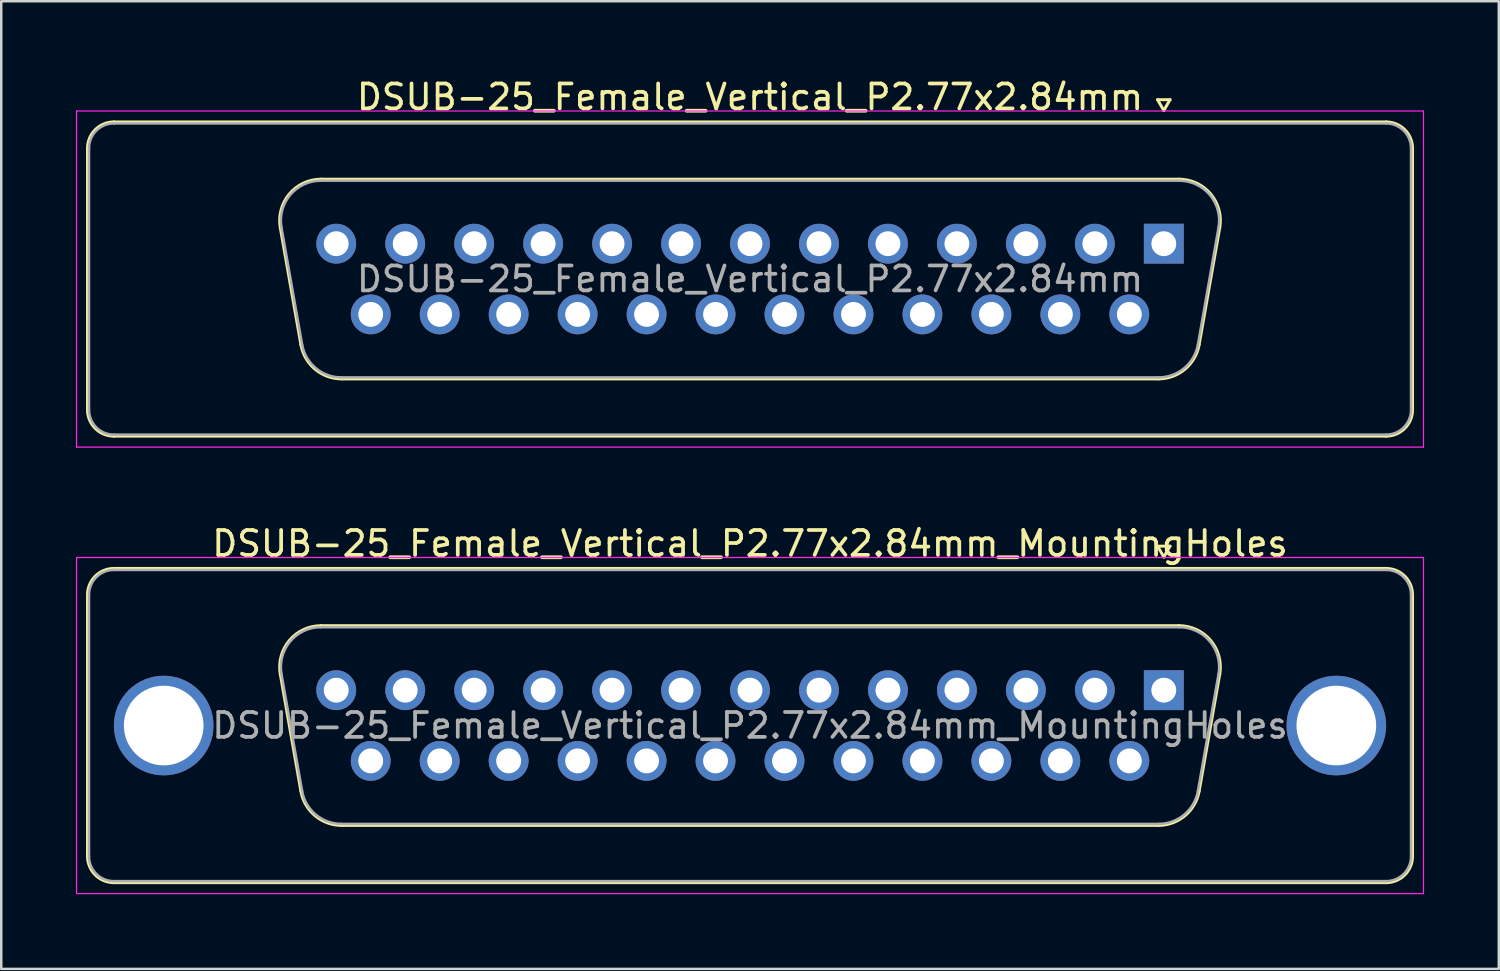
<source format=kicad_pcb>
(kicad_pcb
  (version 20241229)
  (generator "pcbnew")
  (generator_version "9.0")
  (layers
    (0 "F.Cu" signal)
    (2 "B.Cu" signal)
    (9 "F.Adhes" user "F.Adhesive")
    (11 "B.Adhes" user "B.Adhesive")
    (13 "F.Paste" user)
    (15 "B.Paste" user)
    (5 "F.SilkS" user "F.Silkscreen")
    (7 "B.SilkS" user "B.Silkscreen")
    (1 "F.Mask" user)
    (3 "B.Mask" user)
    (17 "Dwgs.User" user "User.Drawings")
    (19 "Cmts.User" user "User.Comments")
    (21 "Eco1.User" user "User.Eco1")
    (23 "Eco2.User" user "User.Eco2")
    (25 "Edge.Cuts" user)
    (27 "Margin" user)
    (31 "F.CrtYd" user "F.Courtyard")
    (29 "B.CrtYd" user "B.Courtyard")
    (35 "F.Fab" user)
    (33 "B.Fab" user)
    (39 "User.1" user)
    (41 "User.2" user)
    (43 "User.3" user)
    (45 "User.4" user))
  (footprint "DSUB-25_Female_Vertical_P2.77x2.84mm_MountingHoles"
    (layer "F.Cu")
    (at 43.695 24.672)
    (property "Reference" "DSUB-25_Female_Vertical_P2.77x2.84mm_MountingHoles" (at -16.62 -5.89 0) (layer "F.SilkS") (effects (font (size 1 1) (thickness 0.15))))
    (attr through_hole)
    (fp_line (start -43.23 6.67) (end -43.23 -3.83) (stroke (width 0.12) (type solid)) (layer "F.SilkS"))
    (fp_line (start -42.17 -4.89) (end 8.93 -4.89) (stroke (width 0.12) (type solid)) (layer "F.SilkS"))
    (fp_line (start -35.486 -0.642) (end -34.658 4.058) (stroke (width 0.12) (type solid)) (layer "F.SilkS"))
    (fp_line (start -33.852 -2.59) (end 0.612 -2.59) (stroke (width 0.12) (type solid)) (layer "F.SilkS"))
    (fp_line (start -33.023 5.43) (end -0.217 5.43) (stroke (width 0.12) (type solid)) (layer "F.SilkS"))
    (fp_line (start -0.25 -5.784) (end 0.25 -5.784) (stroke (width 0.12) (type solid)) (layer "F.SilkS"))
    (fp_line (start 0 -5.351) (end -0.25 -5.784) (stroke (width 0.12) (type solid)) (layer "F.SilkS"))
    (fp_line (start 0.25 -5.784) (end 0 -5.351) (stroke (width 0.12) (type solid)) (layer "F.SilkS"))
    (fp_line (start 2.246 -0.642) (end 1.418 4.058) (stroke (width 0.12) (type solid)) (layer "F.SilkS"))
    (fp_line (start 8.93 7.73) (end -42.17 7.73) (stroke (width 0.12) (type solid)) (layer "F.SilkS"))
    (fp_line (start 9.99 -3.83) (end 9.99 6.67) (stroke (width 0.12) (type solid)) (layer "F.SilkS"))
    (fp_arc (start -43.23 -3.83) (mid -42.919533 -4.579533) (end -42.17 -4.89) (stroke (width 0.12) (type solid)) (layer "F.SilkS"))
    (fp_arc (start -42.17 7.73) (mid -42.919533 7.419533) (end -43.23 6.67) (stroke (width 0.12) (type solid)) (layer "F.SilkS"))
    (fp_arc (start -35.48647 -0.641744) (mid -35.123323 -1.997027) (end -33.851689 -2.59) (stroke (width 0.12) (type solid)) (layer "F.SilkS"))
    (fp_arc (start -33.022952 5.43) (mid -34.08998 5.041634) (end -34.657733 4.058256) (stroke (width 0.12) (type solid)) (layer "F.SilkS"))
    (fp_arc (start 0.611689 -2.59) (mid 1.883323 -1.997027) (end 2.24647 -0.641744) (stroke (width 0.12) (type solid)) (layer "F.SilkS"))
    (fp_arc (start 1.417733 4.058256) (mid 0.84998 5.041634) (end -0.217048 5.43) (stroke (width 0.12) (type solid)) (layer "F.SilkS"))
    (fp_arc (start 8.93 -4.89) (mid 9.679533 -4.579533) (end 9.99 -3.83) (stroke (width 0.12) (type solid)) (layer "F.SilkS"))
    (fp_arc (start 9.99 6.67) (mid 9.679533 7.419533) (end 8.93 7.73) (stroke (width 0.12) (type solid)) (layer "F.SilkS"))
    (fp_line (start -43.67 -5.33) (end -43.67 8.17) (stroke (width 0.05) (type solid)) (layer "F.CrtYd"))
    (fp_line (start -43.67 8.17) (end 10.43 8.17) (stroke (width 0.05) (type solid)) (layer "F.CrtYd"))
    (fp_line (start 10.43 -5.33) (end -43.67 -5.33) (stroke (width 0.05) (type solid)) (layer "F.CrtYd"))
    (fp_line (start 10.43 8.17) (end 10.43 -5.33) (stroke (width 0.05) (type solid)) (layer "F.CrtYd"))
    (fp_line (start -43.17 6.67) (end -43.17 -3.83) (stroke (width 0.1) (type solid)) (layer "F.Fab"))
    (fp_line (start -42.17 -4.83) (end 8.93 -4.83) (stroke (width 0.1) (type solid)) (layer "F.Fab"))
    (fp_line (start -35.439 -0.652) (end -34.61 4.048) (stroke (width 0.1) (type solid)) (layer "F.Fab"))
    (fp_line (start -33.863 -2.53) (end 0.623 -2.53) (stroke (width 0.1) (type solid)) (layer "F.Fab"))
    (fp_line (start -33.034 5.37) (end -0.206 5.37) (stroke (width 0.1) (type solid)) (layer "F.Fab"))
    (fp_line (start 2.199 -0.652) (end 1.37 4.048) (stroke (width 0.1) (type solid)) (layer "F.Fab"))
    (fp_line (start 8.93 7.67) (end -42.17 7.67) (stroke (width 0.1) (type solid)) (layer "F.Fab"))
    (fp_line (start 9.93 -3.83) (end 9.93 6.67) (stroke (width 0.1) (type solid)) (layer "F.Fab"))
    (fp_arc (start -43.17 -3.83) (mid -42.877107 -4.537107) (end -42.17 -4.83) (stroke (width 0.1) (type solid)) (layer "F.Fab"))
    (fp_arc (start -42.17 7.67) (mid -42.877107 7.377107) (end -43.17 6.67) (stroke (width 0.1) (type solid)) (layer "F.Fab"))
    (fp_arc (start -35.438887 -0.652163) (mid -35.088865 -1.95846) (end -33.863194 -2.53) (stroke (width 0.1) (type solid)) (layer "F.Fab"))
    (fp_arc (start -33.034457 5.37) (mid -34.062918 4.995671) (end -34.61015 4.047837) (stroke (width 0.1) (type solid)) (layer "F.Fab"))
    (fp_arc (start 0.623194 -2.53) (mid 1.848865 -1.95846) (end 2.198887 -0.652163) (stroke (width 0.1) (type solid)) (layer "F.Fab"))
    (fp_arc (start 1.37015 4.047837) (mid 0.822918 4.995671) (end -0.205543 5.37) (stroke (width 0.1) (type solid)) (layer "F.Fab"))
    (fp_arc (start 8.93 -4.83) (mid 9.637107 -4.537107) (end 9.93 -3.83) (stroke (width 0.1) (type solid)) (layer "F.Fab"))
    (fp_arc (start 9.93 6.67) (mid 9.637107 7.377107) (end 8.93 7.67) (stroke (width 0.1) (type solid)) (layer "F.Fab"))
    (fp_text user "${REFERENCE}" (at -16.62 1.42 0) (layer "F.Fab") (effects (font (size 1 1) (thickness 0.15))))
    (pad "0" thru_hole circle (at -40.17 1.42) (size 4 4) (drill 3.2) (layers "*.Cu" "*.Mask"))
    (pad "0" thru_hole circle (at 6.93 1.42) (size 4 4) (drill 3.2) (layers "*.Cu" "*.Mask"))
    (pad "1" thru_hole rect (at 0 0) (size 1.6 1.6) (drill 1) (layers "*.Cu" "*.Mask"))
    (pad "2" thru_hole circle (at -2.77 0) (size 1.6 1.6) (drill 1) (layers "*.Cu" "*.Mask"))
    (pad "3" thru_hole circle (at -5.54 0) (size 1.6 1.6) (drill 1) (layers "*.Cu" "*.Mask"))
    (pad "4" thru_hole circle (at -8.31 0) (size 1.6 1.6) (drill 1) (layers "*.Cu" "*.Mask"))
    (pad "5" thru_hole circle (at -11.08 0) (size 1.6 1.6) (drill 1) (layers "*.Cu" "*.Mask"))
    (pad "6" thru_hole circle (at -13.85 0) (size 1.6 1.6) (drill 1) (layers "*.Cu" "*.Mask"))
    (pad "7" thru_hole circle (at -16.62 0) (size 1.6 1.6) (drill 1) (layers "*.Cu" "*.Mask"))
    (pad "8" thru_hole circle (at -19.39 0) (size 1.6 1.6) (drill 1) (layers "*.Cu" "*.Mask"))
    (pad "9" thru_hole circle (at -22.16 0) (size 1.6 1.6) (drill 1) (layers "*.Cu" "*.Mask"))
    (pad "10" thru_hole circle (at -24.93 0) (size 1.6 1.6) (drill 1) (layers "*.Cu" "*.Mask"))
    (pad "11" thru_hole circle (at -27.7 0) (size 1.6 1.6) (drill 1) (layers "*.Cu" "*.Mask"))
    (pad "12" thru_hole circle (at -30.47 0) (size 1.6 1.6) (drill 1) (layers "*.Cu" "*.Mask"))
    (pad "13" thru_hole circle (at -33.24 0) (size 1.6 1.6) (drill 1) (layers "*.Cu" "*.Mask"))
    (pad "14" thru_hole circle (at -1.385 2.84) (size 1.6 1.6) (drill 1) (layers "*.Cu" "*.Mask"))
    (pad "15" thru_hole circle (at -4.155 2.84) (size 1.6 1.6) (drill 1) (layers "*.Cu" "*.Mask"))
    (pad "16" thru_hole circle (at -6.925 2.84) (size 1.6 1.6) (drill 1) (layers "*.Cu" "*.Mask"))
    (pad "17" thru_hole circle (at -9.695 2.84) (size 1.6 1.6) (drill 1) (layers "*.Cu" "*.Mask"))
    (pad "18" thru_hole circle (at -12.465 2.84) (size 1.6 1.6) (drill 1) (layers "*.Cu" "*.Mask"))
    (pad "19" thru_hole circle (at -15.235 2.84) (size 1.6 1.6) (drill 1) (layers "*.Cu" "*.Mask"))
    (pad "20" thru_hole circle (at -18.005 2.84) (size 1.6 1.6) (drill 1) (layers "*.Cu" "*.Mask"))
    (pad "21" thru_hole circle (at -20.775 2.84) (size 1.6 1.6) (drill 1) (layers "*.Cu" "*.Mask"))
    (pad "22" thru_hole circle (at -23.545 2.84) (size 1.6 1.6) (drill 1) (layers "*.Cu" "*.Mask"))
    (pad "23" thru_hole circle (at -26.315 2.84) (size 1.6 1.6) (drill 1) (layers "*.Cu" "*.Mask"))
    (pad "24" thru_hole circle (at -29.085 2.84) (size 1.6 1.6) (drill 1) (layers "*.Cu" "*.Mask"))
    (pad "25" thru_hole circle (at -31.855 2.84) (size 1.6 1.6) (drill 1) (layers "*.Cu" "*.Mask")))
  (footprint "DSUB-25_Female_Vertical_P2.77x2.84mm"
    (layer "F.Cu")
    (at 43.695 6.738)
    (property "Reference" "DSUB-25_Female_Vertical_P2.77x2.84mm" (at -16.62 -5.89 0) (layer "F.SilkS") (effects (font (size 1 1) (thickness 0.15))))
    (attr through_hole)
    (fp_line (start -43.23 6.67) (end -43.23 -3.83) (stroke (width 0.12) (type solid)) (layer "F.SilkS"))
    (fp_line (start -42.17 -4.89) (end 8.93 -4.89) (stroke (width 0.12) (type solid)) (layer "F.SilkS"))
    (fp_line (start -35.486 -0.642) (end -34.658 4.058) (stroke (width 0.12) (type solid)) (layer "F.SilkS"))
    (fp_line (start -33.852 -2.59) (end 0.612 -2.59) (stroke (width 0.12) (type solid)) (layer "F.SilkS"))
    (fp_line (start -33.023 5.43) (end -0.217 5.43) (stroke (width 0.12) (type solid)) (layer "F.SilkS"))
    (fp_line (start -0.25 -5.784) (end 0.25 -5.784) (stroke (width 0.12) (type solid)) (layer "F.SilkS"))
    (fp_line (start 0 -5.351) (end -0.25 -5.784) (stroke (width 0.12) (type solid)) (layer "F.SilkS"))
    (fp_line (start 0.25 -5.784) (end 0 -5.351) (stroke (width 0.12) (type solid)) (layer "F.SilkS"))
    (fp_line (start 2.246 -0.642) (end 1.418 4.058) (stroke (width 0.12) (type solid)) (layer "F.SilkS"))
    (fp_line (start 8.93 7.73) (end -42.17 7.73) (stroke (width 0.12) (type solid)) (layer "F.SilkS"))
    (fp_line (start 9.99 -3.83) (end 9.99 6.67) (stroke (width 0.12) (type solid)) (layer "F.SilkS"))
    (fp_arc (start -43.23 -3.83) (mid -42.919533 -4.579533) (end -42.17 -4.89) (stroke (width 0.12) (type solid)) (layer "F.SilkS"))
    (fp_arc (start -42.17 7.73) (mid -42.919533 7.419533) (end -43.23 6.67) (stroke (width 0.12) (type solid)) (layer "F.SilkS"))
    (fp_arc (start -35.48647 -0.641744) (mid -35.123323 -1.997027) (end -33.851689 -2.59) (stroke (width 0.12) (type solid)) (layer "F.SilkS"))
    (fp_arc (start -33.022952 5.43) (mid -34.08998 5.041634) (end -34.657733 4.058256) (stroke (width 0.12) (type solid)) (layer "F.SilkS"))
    (fp_arc (start 0.611689 -2.59) (mid 1.883323 -1.997027) (end 2.24647 -0.641744) (stroke (width 0.12) (type solid)) (layer "F.SilkS"))
    (fp_arc (start 1.417733 4.058256) (mid 0.84998 5.041634) (end -0.217048 5.43) (stroke (width 0.12) (type solid)) (layer "F.SilkS"))
    (fp_arc (start 8.93 -4.89) (mid 9.679533 -4.579533) (end 9.99 -3.83) (stroke (width 0.12) (type solid)) (layer "F.SilkS"))
    (fp_arc (start 9.99 6.67) (mid 9.679533 7.419533) (end 8.93 7.73) (stroke (width 0.12) (type solid)) (layer "F.SilkS"))
    (fp_line (start -43.67 -5.33) (end -43.67 8.17) (stroke (width 0.05) (type solid)) (layer "F.CrtYd"))
    (fp_line (start -43.67 8.17) (end 10.43 8.17) (stroke (width 0.05) (type solid)) (layer "F.CrtYd"))
    (fp_line (start 10.43 -5.33) (end -43.67 -5.33) (stroke (width 0.05) (type solid)) (layer "F.CrtYd"))
    (fp_line (start 10.43 8.17) (end 10.43 -5.33) (stroke (width 0.05) (type solid)) (layer "F.CrtYd"))
    (fp_line (start -43.17 6.67) (end -43.17 -3.83) (stroke (width 0.1) (type solid)) (layer "F.Fab"))
    (fp_line (start -42.17 -4.83) (end 8.93 -4.83) (stroke (width 0.1) (type solid)) (layer "F.Fab"))
    (fp_line (start -35.439 -0.652) (end -34.61 4.048) (stroke (width 0.1) (type solid)) (layer "F.Fab"))
    (fp_line (start -33.863 -2.53) (end 0.623 -2.53) (stroke (width 0.1) (type solid)) (layer "F.Fab"))
    (fp_line (start -33.034 5.37) (end -0.206 5.37) (stroke (width 0.1) (type solid)) (layer "F.Fab"))
    (fp_line (start 2.199 -0.652) (end 1.37 4.048) (stroke (width 0.1) (type solid)) (layer "F.Fab"))
    (fp_line (start 8.93 7.67) (end -42.17 7.67) (stroke (width 0.1) (type solid)) (layer "F.Fab"))
    (fp_line (start 9.93 -3.83) (end 9.93 6.67) (stroke (width 0.1) (type solid)) (layer "F.Fab"))
    (fp_arc (start -43.17 -3.83) (mid -42.877107 -4.537107) (end -42.17 -4.83) (stroke (width 0.1) (type solid)) (layer "F.Fab"))
    (fp_arc (start -42.17 7.67) (mid -42.877107 7.377107) (end -43.17 6.67) (stroke (width 0.1) (type solid)) (layer "F.Fab"))
    (fp_arc (start -35.438887 -0.652163) (mid -35.088865 -1.95846) (end -33.863194 -2.53) (stroke (width 0.1) (type solid)) (layer "F.Fab"))
    (fp_arc (start -33.034457 5.37) (mid -34.062918 4.995671) (end -34.61015 4.047837) (stroke (width 0.1) (type solid)) (layer "F.Fab"))
    (fp_arc (start 0.623194 -2.53) (mid 1.848865 -1.95846) (end 2.198887 -0.652163) (stroke (width 0.1) (type solid)) (layer "F.Fab"))
    (fp_arc (start 1.37015 4.047837) (mid 0.822918 4.995671) (end -0.205543 5.37) (stroke (width 0.1) (type solid)) (layer "F.Fab"))
    (fp_arc (start 8.93 -4.83) (mid 9.637107 -4.537107) (end 9.93 -3.83) (stroke (width 0.1) (type solid)) (layer "F.Fab"))
    (fp_arc (start 9.93 6.67) (mid 9.637107 7.377107) (end 8.93 7.67) (stroke (width 0.1) (type solid)) (layer "F.Fab"))
    (fp_text user "${REFERENCE}" (at -16.62 1.42 0) (layer "F.Fab") (effects (font (size 1 1) (thickness 0.15))))
    (pad "1" thru_hole rect (at 0 0) (size 1.6 1.6) (drill 1) (layers "*.Cu" "*.Mask"))
    (pad "2" thru_hole circle (at -2.77 0) (size 1.6 1.6) (drill 1) (layers "*.Cu" "*.Mask"))
    (pad "3" thru_hole circle (at -5.54 0) (size 1.6 1.6) (drill 1) (layers "*.Cu" "*.Mask"))
    (pad "4" thru_hole circle (at -8.31 0) (size 1.6 1.6) (drill 1) (layers "*.Cu" "*.Mask"))
    (pad "5" thru_hole circle (at -11.08 0) (size 1.6 1.6) (drill 1) (layers "*.Cu" "*.Mask"))
    (pad "6" thru_hole circle (at -13.85 0) (size 1.6 1.6) (drill 1) (layers "*.Cu" "*.Mask"))
    (pad "7" thru_hole circle (at -16.62 0) (size 1.6 1.6) (drill 1) (layers "*.Cu" "*.Mask"))
    (pad "8" thru_hole circle (at -19.39 0) (size 1.6 1.6) (drill 1) (layers "*.Cu" "*.Mask"))
    (pad "9" thru_hole circle (at -22.16 0) (size 1.6 1.6) (drill 1) (layers "*.Cu" "*.Mask"))
    (pad "10" thru_hole circle (at -24.93 0) (size 1.6 1.6) (drill 1) (layers "*.Cu" "*.Mask"))
    (pad "11" thru_hole circle (at -27.7 0) (size 1.6 1.6) (drill 1) (layers "*.Cu" "*.Mask"))
    (pad "12" thru_hole circle (at -30.47 0) (size 1.6 1.6) (drill 1) (layers "*.Cu" "*.Mask"))
    (pad "13" thru_hole circle (at -33.24 0) (size 1.6 1.6) (drill 1) (layers "*.Cu" "*.Mask"))
    (pad "14" thru_hole circle (at -1.385 2.84) (size 1.6 1.6) (drill 1) (layers "*.Cu" "*.Mask"))
    (pad "15" thru_hole circle (at -4.155 2.84) (size 1.6 1.6) (drill 1) (layers "*.Cu" "*.Mask"))
    (pad "16" thru_hole circle (at -6.925 2.84) (size 1.6 1.6) (drill 1) (layers "*.Cu" "*.Mask"))
    (pad "17" thru_hole circle (at -9.695 2.84) (size 1.6 1.6) (drill 1) (layers "*.Cu" "*.Mask"))
    (pad "18" thru_hole circle (at -12.465 2.84) (size 1.6 1.6) (drill 1) (layers "*.Cu" "*.Mask"))
    (pad "19" thru_hole circle (at -15.235 2.84) (size 1.6 1.6) (drill 1) (layers "*.Cu" "*.Mask"))
    (pad "20" thru_hole circle (at -18.005 2.84) (size 1.6 1.6) (drill 1) (layers "*.Cu" "*.Mask"))
    (pad "21" thru_hole circle (at -20.775 2.84) (size 1.6 1.6) (drill 1) (layers "*.Cu" "*.Mask"))
    (pad "22" thru_hole circle (at -23.545 2.84) (size 1.6 1.6) (drill 1) (layers "*.Cu" "*.Mask"))
    (pad "23" thru_hole circle (at -26.315 2.84) (size 1.6 1.6) (drill 1) (layers "*.Cu" "*.Mask"))
    (pad "24" thru_hole circle (at -29.085 2.84) (size 1.6 1.6) (drill 1) (layers "*.Cu" "*.Mask"))
    (pad "25" thru_hole circle (at -31.855 2.84) (size 1.6 1.6) (drill 1) (layers "*.Cu" "*.Mask")))
  (gr_rect
    (start -3 -3)
    (end 57.15 35.867)
    (stroke (width 0.1) (type default))
    (fill no)
    (layer "Edge.Cuts")))
</source>
